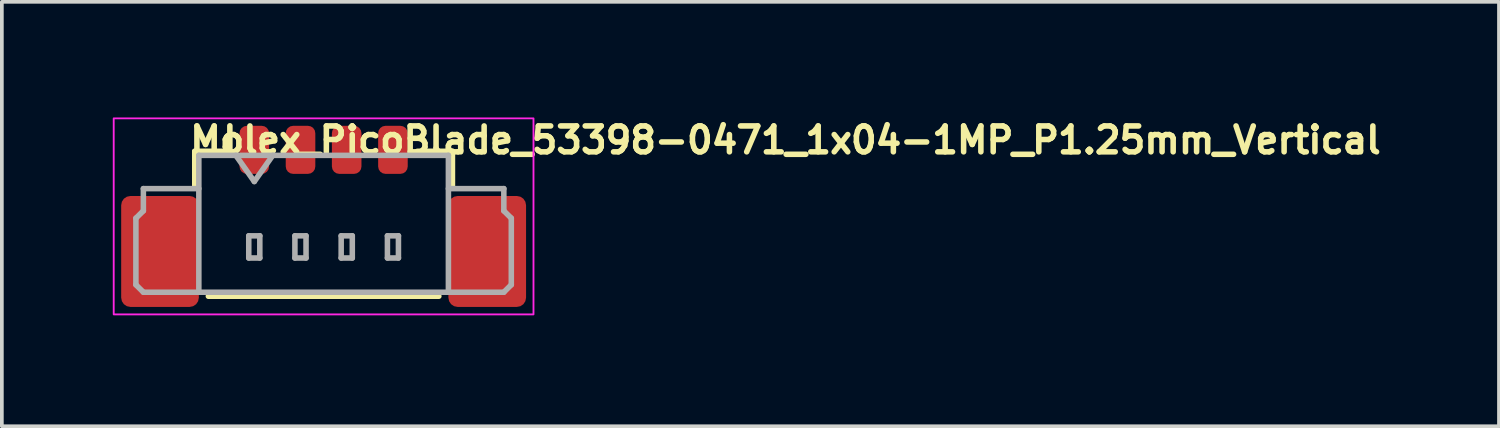
<source format=kicad_pcb>
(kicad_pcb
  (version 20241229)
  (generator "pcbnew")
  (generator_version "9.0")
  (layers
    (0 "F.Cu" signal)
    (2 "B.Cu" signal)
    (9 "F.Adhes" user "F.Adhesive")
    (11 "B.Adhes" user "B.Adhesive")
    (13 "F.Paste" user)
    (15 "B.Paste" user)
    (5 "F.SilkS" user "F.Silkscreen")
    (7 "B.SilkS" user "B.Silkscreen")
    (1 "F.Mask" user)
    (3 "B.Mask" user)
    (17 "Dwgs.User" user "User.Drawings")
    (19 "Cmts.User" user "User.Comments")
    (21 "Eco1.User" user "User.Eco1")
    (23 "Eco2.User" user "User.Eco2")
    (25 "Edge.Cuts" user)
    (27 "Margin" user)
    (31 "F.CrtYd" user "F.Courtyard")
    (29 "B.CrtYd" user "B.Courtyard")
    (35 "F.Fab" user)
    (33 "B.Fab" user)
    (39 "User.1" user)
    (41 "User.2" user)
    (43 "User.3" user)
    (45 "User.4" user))
  (footprint "Molex_PicoBlade_53398-0471_1x04-1MP_P1.25mm_Vertical"
    (layer "F.Cu")
    (at 5.702 2.752)
    (property "Reference" "Molex_PicoBlade_53398-0471_1x04-1MP_P1.25mm_Vertical" (at -3.692 -1.603 0) (layer "F.SilkS") (effects (font (size 0.7 0.7) (thickness 0.15)) (justify left bottom)))
    (attr smd)
    (fp_line (start -3.485 -1.71) (end -2.536 -1.71) (stroke (width 0.15) (type solid)) (layer "F.SilkS"))
    (fp_line (start -3.485 -0.76) (end -3.485 -1.71) (stroke (width 0.15) (type solid)) (layer "F.SilkS"))
    (fp_line (start -3.117 2.209) (end 3.115 2.209) (stroke (width 0.15) (type solid)) (layer "F.SilkS"))
    (fp_line (start -2.536 -1.71) (end -2.536 -2.4) (stroke (width 0.15) (type solid)) (layer "F.SilkS"))
    (fp_line (start 3.483 -1.71) (end 2.535 -1.71) (stroke (width 0.15) (type solid)) (layer "F.SilkS"))
    (fp_line (start 3.483 -0.76) (end 3.483 -1.71) (stroke (width 0.15) (type solid)) (layer "F.SilkS"))
    (fp_rect (start -5.677 -2.601) (end 5.675 2.7) (stroke (width 0.05) (type solid)) (fill no) (layer "F.CrtYd"))
    (fp_line (start -5.077 0.099) (end -4.875 -0.101) (stroke (width 0.15) (type solid)) (layer "F.Fab"))
    (fp_line (start -5.077 1.898) (end -5.077 0.099) (stroke (width 0.15) (type solid)) (layer "F.Fab"))
    (fp_line (start -4.875 -0.701) (end -3.375 -0.701) (stroke (width 0.15) (type solid)) (layer "F.Fab"))
    (fp_line (start -4.875 -0.101) (end -4.875 -0.701) (stroke (width 0.15) (type solid)) (layer "F.Fab"))
    (fp_line (start -4.875 2.1) (end -5.077 1.898) (stroke (width 0.15) (type solid)) (layer "F.Fab"))
    (fp_line (start -3.375 -1.601) (end -3.375 2.1) (stroke (width 0.15) (type solid)) (layer "F.Fab"))
    (fp_line (start -3.375 -1.601) (end 3.374 -1.601) (stroke (width 0.15) (type solid)) (layer "F.Fab"))
    (fp_line (start -3.375 2.1) (end -4.875 2.1) (stroke (width 0.15) (type solid)) (layer "F.Fab"))
    (fp_line (start -3.375 2.1) (end 3.374 2.1) (stroke (width 0.15) (type solid)) (layer "F.Fab"))
    (fp_line (start -2.375 -1.601) (end -1.875 -0.893) (stroke (width 0.15) (type solid)) (layer "F.Fab"))
    (fp_line (start -2.025 0.575) (end -2.025 1.175) (stroke (width 0.15) (type solid)) (layer "F.Fab"))
    (fp_line (start -2.025 1.175) (end -1.726 1.175) (stroke (width 0.15) (type solid)) (layer "F.Fab"))
    (fp_line (start -1.875 -0.893) (end -1.375 -1.601) (stroke (width 0.15) (type solid)) (layer "F.Fab"))
    (fp_line (start -1.726 0.575) (end -2.025 0.575) (stroke (width 0.15) (type solid)) (layer "F.Fab"))
    (fp_line (start -1.726 1.175) (end -1.726 0.575) (stroke (width 0.15) (type solid)) (layer "F.Fab"))
    (fp_line (start -0.777 0.575) (end -0.777 1.175) (stroke (width 0.15) (type solid)) (layer "F.Fab"))
    (fp_line (start -0.777 1.175) (end -0.476 1.175) (stroke (width 0.15) (type solid)) (layer "F.Fab"))
    (fp_line (start -0.476 0.575) (end -0.777 0.575) (stroke (width 0.15) (type solid)) (layer "F.Fab"))
    (fp_line (start -0.476 1.175) (end -0.476 0.575) (stroke (width 0.15) (type solid)) (layer "F.Fab"))
    (fp_line (start 0.474 0.575) (end 0.474 1.175) (stroke (width 0.15) (type solid)) (layer "F.Fab"))
    (fp_line (start 0.474 1.175) (end 0.775 1.175) (stroke (width 0.15) (type solid)) (layer "F.Fab"))
    (fp_line (start 0.775 0.575) (end 0.474 0.575) (stroke (width 0.15) (type solid)) (layer "F.Fab"))
    (fp_line (start 0.775 1.175) (end 0.775 0.575) (stroke (width 0.15) (type solid)) (layer "F.Fab"))
    (fp_line (start 1.725 0.575) (end 1.725 1.175) (stroke (width 0.15) (type solid)) (layer "F.Fab"))
    (fp_line (start 1.725 1.175) (end 2.023 1.175) (stroke (width 0.15) (type solid)) (layer "F.Fab"))
    (fp_line (start 2.023 0.575) (end 1.725 0.575) (stroke (width 0.15) (type solid)) (layer "F.Fab"))
    (fp_line (start 2.023 1.175) (end 2.023 0.575) (stroke (width 0.15) (type solid)) (layer "F.Fab"))
    (fp_line (start 3.374 -1.601) (end 3.374 2.1) (stroke (width 0.15) (type solid)) (layer "F.Fab"))
    (fp_line (start 3.374 2.1) (end 4.873 2.1) (stroke (width 0.15) (type solid)) (layer "F.Fab"))
    (fp_line (start 4.873 -0.701) (end 3.374 -0.701) (stroke (width 0.15) (type solid)) (layer "F.Fab"))
    (fp_line (start 4.873 -0.101) (end 4.873 -0.701) (stroke (width 0.15) (type solid)) (layer "F.Fab"))
    (fp_line (start 4.873 2.1) (end 5.075 1.898) (stroke (width 0.15) (type solid)) (layer "F.Fab"))
    (fp_line (start 5.075 0.099) (end 4.873 -0.101) (stroke (width 0.15) (type solid)) (layer "F.Fab"))
    (fp_line (start 5.075 1.898) (end 5.075 0.099) (stroke (width 0.15) (type solid)) (layer "F.Fab"))
    (fp_rect (start -5.077 -2.101) (end 5.075 2.1) (stroke (width 0.1) (type solid)) (fill no) (layer "User.5"))
    (fp_line (start -5.077 0.199) (end -5.077 1.798) (stroke (width 0.02) (type solid)) (layer "User.9"))
    (fp_line (start -5.077 0.199) (end -4.875 0) (stroke (width 0.02) (type solid)) (layer "User.9"))
    (fp_line (start -5.077 1.798) (end -4.875 1.999) (stroke (width 0.02) (type solid)) (layer "User.9"))
    (fp_line (start -4.875 -0.701) (end -3.375 -0.701) (stroke (width 0.02) (type solid)) (layer "User.9"))
    (fp_line (start -4.875 2.1) (end -4.875 -0.701) (stroke (width 0.02) (type solid)) (layer "User.9"))
    (fp_line (start -4.875 2.1) (end -3.375 2.1) (stroke (width 0.02) (type solid)) (layer "User.9"))
    (fp_line (start -3.375 -1.601) (end -3.375 -1.401) (stroke (width 0.02) (type solid)) (layer "User.9"))
    (fp_line (start -3.375 -1.401) (end -3.375 -0.701) (stroke (width 0.02) (type solid)) (layer "User.9"))
    (fp_line (start -3.375 -0.701) (end -3.375 2.1) (stroke (width 0.02) (type solid)) (layer "User.9"))
    (fp_line (start -3.375 -0.701) (end -2.976 -0.701) (stroke (width 0.02) (type solid)) (layer "User.9"))
    (fp_line (start -3.375 2.1) (end -1.526 2.1) (stroke (width 0.02) (type solid)) (layer "User.9"))
    (fp_line (start -2.976 -0.701) (end -2.976 1.898) (stroke (width 0.02) (type solid)) (layer "User.9"))
    (fp_line (start -2.976 -0.701) (end -2.775 -0.701) (stroke (width 0.02) (type solid)) (layer "User.9"))
    (fp_line (start -2.976 1.898) (end -2.775 1.699) (stroke (width 0.02) (type solid)) (layer "User.9"))
    (fp_line (start -2.976 1.898) (end -1.526 1.898) (stroke (width 0.02) (type solid)) (layer "User.9"))
    (fp_line (start -2.775 -0.701) (end -2.775 1.699) (stroke (width 0.02) (type solid)) (layer "User.9"))
    (fp_line (start -2.775 -0.701) (end -2.426 -0.701) (stroke (width 0.02) (type solid)) (layer "User.9"))
    (fp_line (start -2.775 1.699) (end -1.526 1.699) (stroke (width 0.02) (type solid)) (layer "User.9"))
    (fp_line (start -2.426 -1.401) (end -3.375 -1.401) (stroke (width 0.02) (type solid)) (layer "User.9"))
    (fp_line (start -2.426 -0.701) (end -2.426 -1.401) (stroke (width 0.02) (type solid)) (layer "User.9"))
    (fp_line (start -2.036 -2.101) (end -2.036 -1.601) (stroke (width 0.02) (type solid)) (layer "User.9"))
    (fp_line (start -2.036 -2.101) (end -1.716 -2.101) (stroke (width 0.02) (type solid)) (layer "User.9"))
    (fp_line (start -2.036 0.574) (end -2.036 1.175) (stroke (width 0.02) (type solid)) (layer "User.9"))
    (fp_line (start -2.036 0.574) (end -1.716 0.574) (stroke (width 0.02) (type solid)) (layer "User.9"))
    (fp_line (start -2.036 1.175) (end -1.716 1.175) (stroke (width 0.02) (type solid)) (layer "User.9"))
    (fp_line (start -1.986 0.675) (end -2.036 0.574) (stroke (width 0.02) (type solid)) (layer "User.9"))
    (fp_line (start -1.986 0.675) (end -1.986 1.074) (stroke (width 0.02) (type solid)) (layer "User.9"))
    (fp_line (start -1.986 0.675) (end -1.766 0.675) (stroke (width 0.02) (type solid)) (layer "User.9"))
    (fp_line (start -1.986 1.074) (end -2.036 1.175) (stroke (width 0.02) (type solid)) (layer "User.9"))
    (fp_line (start -1.986 1.074) (end -1.766 1.074) (stroke (width 0.02) (type solid)) (layer "User.9"))
    (fp_line (start -1.766 0.675) (end -1.766 1.074) (stroke (width 0.02) (type solid)) (layer "User.9"))
    (fp_line (start -1.766 0.675) (end -1.716 0.574) (stroke (width 0.02) (type solid)) (layer "User.9"))
    (fp_line (start -1.766 1.074) (end -1.716 1.175) (stroke (width 0.02) (type solid)) (layer "User.9"))
    (fp_line (start -1.716 -2.101) (end -1.716 -1.601) (stroke (width 0.02) (type solid)) (layer "User.9"))
    (fp_line (start -1.716 0.574) (end -1.716 1.175) (stroke (width 0.02) (type solid)) (layer "User.9"))
    (fp_line (start -1.526 1.898) (end -1.526 1.699) (stroke (width 0.02) (type solid)) (layer "User.9"))
    (fp_line (start -1.526 2.1) (end -1.526 1.898) (stroke (width 0.02) (type solid)) (layer "User.9"))
    (fp_line (start -1.226 1.699) (end -1.526 1.699) (stroke (width 0.02) (type solid)) (layer "User.9"))
    (fp_line (start -1.226 1.699) (end -1.226 1.898) (stroke (width 0.02) (type solid)) (layer "User.9"))
    (fp_line (start -1.226 1.699) (end 1.225 1.699) (stroke (width 0.02) (type solid)) (layer "User.9"))
    (fp_line (start -1.226 1.898) (end 1.225 1.898) (stroke (width 0.02) (type solid)) (layer "User.9"))
    (fp_line (start -1.226 2.1) (end -1.526 2.1) (stroke (width 0.02) (type solid)) (layer "User.9"))
    (fp_line (start -1.226 2.1) (end -1.226 1.898) (stroke (width 0.02) (type solid)) (layer "User.9"))
    (fp_line (start -1.226 2.1) (end 1.225 2.1) (stroke (width 0.02) (type solid)) (layer "User.9"))
    (fp_line (start -0.787 -2.101) (end -0.787 -1.601) (stroke (width 0.02) (type solid)) (layer "User.9"))
    (fp_line (start -0.787 -2.101) (end -0.467 -2.101) (stroke (width 0.02) (type solid)) (layer "User.9"))
    (fp_line (start -0.787 0.574) (end -0.787 1.175) (stroke (width 0.02) (type solid)) (layer "User.9"))
    (fp_line (start -0.787 0.574) (end -0.467 0.574) (stroke (width 0.02) (type solid)) (layer "User.9"))
    (fp_line (start -0.787 1.175) (end -0.467 1.175) (stroke (width 0.02) (type solid)) (layer "User.9"))
    (fp_line (start -0.735 0.675) (end -0.787 0.574) (stroke (width 0.02) (type solid)) (layer "User.9"))
    (fp_line (start -0.735 0.675) (end -0.735 1.074) (stroke (width 0.02) (type solid)) (layer "User.9"))
    (fp_line (start -0.735 0.675) (end -0.517 0.675) (stroke (width 0.02) (type solid)) (layer "User.9"))
    (fp_line (start -0.735 1.074) (end -0.787 1.175) (stroke (width 0.02) (type solid)) (layer "User.9"))
    (fp_line (start -0.735 1.074) (end -0.517 1.074) (stroke (width 0.02) (type solid)) (layer "User.9"))
    (fp_line (start -0.517 0.675) (end -0.517 1.074) (stroke (width 0.02) (type solid)) (layer "User.9"))
    (fp_line (start -0.517 0.675) (end -0.467 0.574) (stroke (width 0.02) (type solid)) (layer "User.9"))
    (fp_line (start -0.517 1.074) (end -0.467 1.175) (stroke (width 0.02) (type solid)) (layer "User.9"))
    (fp_line (start -0.467 -2.101) (end -0.467 -1.601) (stroke (width 0.02) (type solid)) (layer "User.9"))
    (fp_line (start -0.467 0.574) (end -0.467 1.175) (stroke (width 0.02) (type solid)) (layer "User.9"))
    (fp_line (start 0.465 -2.101) (end 0.465 -1.601) (stroke (width 0.02) (type solid)) (layer "User.9"))
    (fp_line (start 0.465 -2.101) (end 0.785 -2.101) (stroke (width 0.02) (type solid)) (layer "User.9"))
    (fp_line (start 0.465 0.574) (end 0.465 1.175) (stroke (width 0.02) (type solid)) (layer "User.9"))
    (fp_line (start 0.465 0.574) (end 0.785 0.574) (stroke (width 0.02) (type solid)) (layer "User.9"))
    (fp_line (start 0.465 1.175) (end 0.785 1.175) (stroke (width 0.02) (type solid)) (layer "User.9"))
    (fp_line (start 0.515 0.675) (end 0.465 0.574) (stroke (width 0.02) (type solid)) (layer "User.9"))
    (fp_line (start 0.515 0.675) (end 0.515 1.074) (stroke (width 0.02) (type solid)) (layer "User.9"))
    (fp_line (start 0.515 0.675) (end 0.733 0.675) (stroke (width 0.02) (type solid)) (layer "User.9"))
    (fp_line (start 0.515 1.074) (end 0.465 1.175) (stroke (width 0.02) (type solid)) (layer "User.9"))
    (fp_line (start 0.515 1.074) (end 0.733 1.074) (stroke (width 0.02) (type solid)) (layer "User.9"))
    (fp_line (start 0.733 0.675) (end 0.733 1.074) (stroke (width 0.02) (type solid)) (layer "User.9"))
    (fp_line (start 0.733 0.675) (end 0.785 0.574) (stroke (width 0.02) (type solid)) (layer "User.9"))
    (fp_line (start 0.733 1.074) (end 0.785 1.175) (stroke (width 0.02) (type solid)) (layer "User.9"))
    (fp_line (start 0.785 -2.101) (end 0.785 -1.601) (stroke (width 0.02) (type solid)) (layer "User.9"))
    (fp_line (start 0.785 0.574) (end 0.785 1.175) (stroke (width 0.02) (type solid)) (layer "User.9"))
    (fp_line (start 1.225 1.898) (end 1.225 1.699) (stroke (width 0.02) (type solid)) (layer "User.9"))
    (fp_line (start 1.225 2.1) (end 1.225 1.898) (stroke (width 0.02) (type solid)) (layer "User.9"))
    (fp_line (start 1.523 1.699) (end 1.225 1.699) (stroke (width 0.02) (type solid)) (layer "User.9"))
    (fp_line (start 1.523 1.699) (end 1.523 1.898) (stroke (width 0.02) (type solid)) (layer "User.9"))
    (fp_line (start 1.523 1.699) (end 2.773 1.699) (stroke (width 0.02) (type solid)) (layer "User.9"))
    (fp_line (start 1.523 1.898) (end 2.975 1.898) (stroke (width 0.02) (type solid)) (layer "User.9"))
    (fp_line (start 1.523 2.1) (end 1.225 2.1) (stroke (width 0.02) (type solid)) (layer "User.9"))
    (fp_line (start 1.523 2.1) (end 1.523 1.898) (stroke (width 0.02) (type solid)) (layer "User.9"))
    (fp_line (start 1.523 2.1) (end 3.374 2.1) (stroke (width 0.02) (type solid)) (layer "User.9"))
    (fp_line (start 1.715 -2.101) (end 1.715 -1.601) (stroke (width 0.02) (type solid)) (layer "User.9"))
    (fp_line (start 1.715 -2.101) (end 2.035 -2.101) (stroke (width 0.02) (type solid)) (layer "User.9"))
    (fp_line (start 1.715 0.574) (end 1.715 1.175) (stroke (width 0.02) (type solid)) (layer "User.9"))
    (fp_line (start 1.715 0.574) (end 2.035 0.574) (stroke (width 0.02) (type solid)) (layer "User.9"))
    (fp_line (start 1.715 1.175) (end 2.035 1.175) (stroke (width 0.02) (type solid)) (layer "User.9"))
    (fp_line (start 1.763 0.675) (end 1.715 0.574) (stroke (width 0.02) (type solid)) (layer "User.9"))
    (fp_line (start 1.763 0.675) (end 1.763 1.074) (stroke (width 0.02) (type solid)) (layer "User.9"))
    (fp_line (start 1.763 0.675) (end 1.985 0.675) (stroke (width 0.02) (type solid)) (layer "User.9"))
    (fp_line (start 1.763 1.074) (end 1.715 1.175) (stroke (width 0.02) (type solid)) (layer "User.9"))
    (fp_line (start 1.763 1.074) (end 1.985 1.074) (stroke (width 0.02) (type solid)) (layer "User.9"))
    (fp_line (start 1.985 0.675) (end 1.985 1.074) (stroke (width 0.02) (type solid)) (layer "User.9"))
    (fp_line (start 1.985 0.675) (end 2.035 0.574) (stroke (width 0.02) (type solid)) (layer "User.9"))
    (fp_line (start 1.985 1.074) (end 2.035 1.175) (stroke (width 0.02) (type solid)) (layer "User.9"))
    (fp_line (start 2.035 -2.101) (end 2.035 -1.601) (stroke (width 0.02) (type solid)) (layer "User.9"))
    (fp_line (start 2.035 0.574) (end 2.035 1.175) (stroke (width 0.02) (type solid)) (layer "User.9"))
    (fp_line (start 2.423 -1.401) (end 2.423 -0.701) (stroke (width 0.02) (type solid)) (layer "User.9"))
    (fp_line (start 2.423 -0.701) (end 2.773 -0.701) (stroke (width 0.02) (type solid)) (layer "User.9"))
    (fp_line (start 2.773 1.699) (end 2.773 -0.701) (stroke (width 0.02) (type solid)) (layer "User.9"))
    (fp_line (start 2.975 -0.701) (end 2.773 -0.701) (stroke (width 0.02) (type solid)) (layer "User.9"))
    (fp_line (start 2.975 -0.701) (end 3.374 -0.701) (stroke (width 0.02) (type solid)) (layer "User.9"))
    (fp_line (start 2.975 1.898) (end 2.773 1.699) (stroke (width 0.02) (type solid)) (layer "User.9"))
    (fp_line (start 2.975 1.898) (end 2.975 -0.701) (stroke (width 0.02) (type solid)) (layer "User.9"))
    (fp_line (start 3.374 -1.601) (end -3.375 -1.601) (stroke (width 0.02) (type solid)) (layer "User.9"))
    (fp_line (start 3.374 -1.401) (end 2.423 -1.401) (stroke (width 0.02) (type solid)) (layer "User.9"))
    (fp_line (start 3.374 -1.401) (end 3.374 -1.601) (stroke (width 0.02) (type solid)) (layer "User.9"))
    (fp_line (start 3.374 -0.701) (end 3.374 -1.401) (stroke (width 0.02) (type solid)) (layer "User.9"))
    (fp_line (start 3.374 2.1) (end 3.374 -0.701) (stroke (width 0.02) (type solid)) (layer "User.9"))
    (fp_line (start 4.873 -0.701) (end 3.374 -0.701) (stroke (width 0.02) (type solid)) (layer "User.9"))
    (fp_line (start 4.873 2.1) (end 3.374 2.1) (stroke (width 0.02) (type solid)) (layer "User.9"))
    (fp_line (start 4.873 2.1) (end 4.873 -0.701) (stroke (width 0.02) (type solid)) (layer "User.9"))
    (fp_line (start 5.075 0.199) (end 4.873 0) (stroke (width 0.02) (type solid)) (layer "User.9"))
    (fp_line (start 5.075 0.199) (end 5.075 1.798) (stroke (width 0.02) (type solid)) (layer "User.9"))
    (fp_line (start 5.075 1.798) (end 4.873 1.999) (stroke (width 0.02) (type solid)) (layer "User.9"))
    (pad "1" smd roundrect (at -1.875 -1.75) (size 0.8 1.3) (layers "F.Cu" "F.Mask" "F.Paste") (roundrect_rratio 0.25))
    (pad "2" smd roundrect (at -0.625 -1.75) (size 0.8 1.3) (layers "F.Cu" "F.Mask" "F.Paste") (roundrect_rratio 0.25))
    (pad "3" smd roundrect (at 0.623 -1.75) (size 0.8 1.3) (layers "F.Cu" "F.Mask" "F.Paste") (roundrect_rratio 0.25))
    (pad "4" smd roundrect (at 1.874 -1.75) (size 0.8 1.3) (layers "F.Cu" "F.Mask" "F.Paste") (roundrect_rratio 0.25))
    (pad "MP1" smd roundrect (at -4.425 0.998) (size 2.1 3) (layers "F.Cu" "F.Mask" "F.Paste") (roundrect_rratio 0.119))
    (pad "MP2" smd roundrect (at 4.424 0.998) (size 2.1 3) (layers "F.Cu" "F.Mask" "F.Paste") (roundrect_rratio 0.119)))
  (gr_rect
    (start -3 -3)
    (end 37.486 8.477)
    (stroke (width 0.1) (type default))
    (fill no)
    (layer "Edge.Cuts")))
</source>
